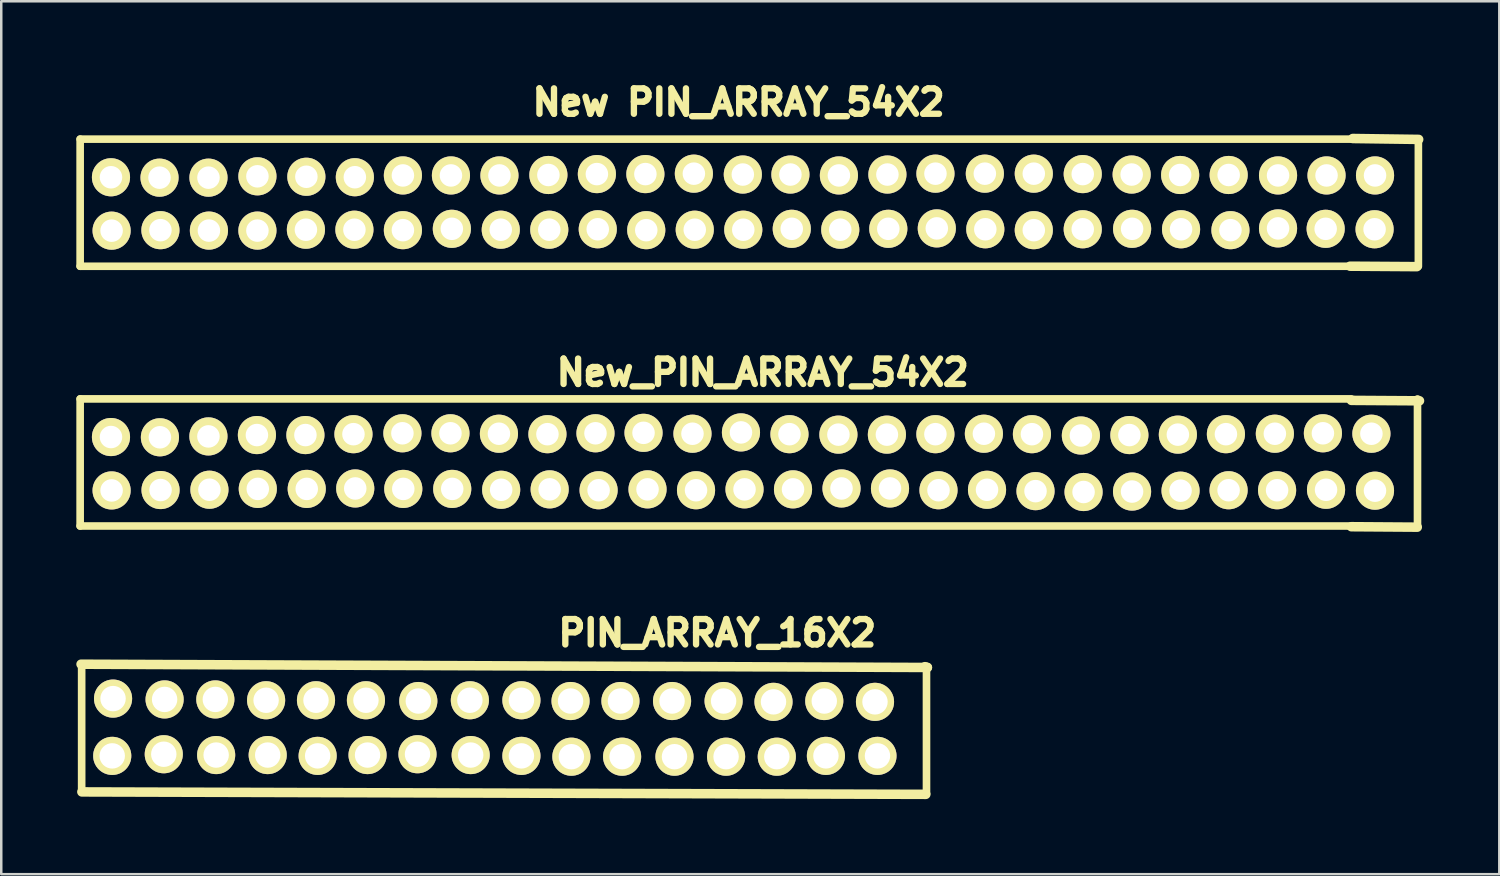
<source format=kicad_pcb>
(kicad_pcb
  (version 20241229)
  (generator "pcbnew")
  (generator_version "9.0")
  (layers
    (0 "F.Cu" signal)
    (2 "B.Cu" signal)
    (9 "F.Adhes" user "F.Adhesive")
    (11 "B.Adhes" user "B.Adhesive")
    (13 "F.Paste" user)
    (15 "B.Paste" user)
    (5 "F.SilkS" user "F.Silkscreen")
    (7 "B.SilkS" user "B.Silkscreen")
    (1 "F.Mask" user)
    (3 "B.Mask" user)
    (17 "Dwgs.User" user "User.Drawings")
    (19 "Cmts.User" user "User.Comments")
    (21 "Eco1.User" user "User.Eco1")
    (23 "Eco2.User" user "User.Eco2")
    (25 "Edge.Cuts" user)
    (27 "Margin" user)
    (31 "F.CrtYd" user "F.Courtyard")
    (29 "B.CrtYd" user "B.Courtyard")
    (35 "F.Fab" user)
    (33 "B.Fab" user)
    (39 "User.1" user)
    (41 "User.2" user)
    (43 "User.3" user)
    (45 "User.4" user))
  (footprint "New_PIN_ARRAY_54X2"
    (layer "F.Cu")
    (at 0.356 16.536)
    (property "Reference" "New_PIN_ARRAY_54X2" (at 27.074 -4.699 0) (layer "F.SilkS") (effects (font (size 1.016 1.016) (thickness 0.274))))
    (attr through_hole)
    (fp_line (start -0.203 -3.645) (end -0.203 1.435) (stroke (width 0.305) (type solid)) (layer "F.SilkS"))
    (fp_line (start 50.597 -3.645) (end -0.203 -3.645) (stroke (width 0.305) (type solid)) (layer "F.SilkS"))
    (fp_line (start 50.597 1.435) (end -0.203 1.435) (stroke (width 0.305) (type solid)) (layer "F.SilkS"))
    (fp_line (start 50.599 -3.586) (end 53.249 -3.569) (stroke (width 0.381) (type solid)) (layer "F.SilkS"))
    (fp_line (start 50.599 1.463) (end 53.231 1.481) (stroke (width 0.381) (type solid)) (layer "F.SilkS"))
    (fp_line (start 53.241 -3.642) (end 53.241 1.438) (stroke (width 0.305) (type solid)) (layer "F.SilkS"))
    (fp_line (start 53.249 -3.569) (end 53.32 -3.569) (stroke (width 0.381) (type solid)) (layer "F.SilkS"))
    (pad "1" thru_hole circle (at 1.054 0.013) (size 1.524 1.524) (drill 0.9) (layers "*.Cu" "*.Mask" "F.SilkS"))
    (pad "2" thru_hole circle (at 1.029 -2.121) (size 1.524 1.524) (drill 0.9) (layers "*.Cu" "*.Mask" "F.SilkS"))
    (pad "3" thru_hole circle (at 3.01 -0.003) (size 1.524 1.524) (drill 0.9) (layers "*.Cu" "*.Mask" "F.SilkS"))
    (pad "4" thru_hole circle (at 2.985 -2.111) (size 1.524 1.524) (drill 0.9) (layers "*.Cu" "*.Mask" "F.SilkS"))
    (pad "5" thru_hole circle (at 4.963 -0.015) (size 1.524 1.524) (drill 0.9) (layers "*.Cu" "*.Mask" "F.SilkS"))
    (pad "6" thru_hole circle (at 4.923 -2.146) (size 1.524 1.524) (drill 0.9) (layers "*.Cu" "*.Mask" "F.SilkS"))
    (pad "7" thru_hole circle (at 6.896 -0.048) (size 1.524 1.524) (drill 0.9) (layers "*.Cu" "*.Mask" "F.SilkS"))
    (pad "8" thru_hole circle (at 6.861 -2.2) (size 1.524 1.524) (drill 0.9) (layers "*.Cu" "*.Mask" "F.SilkS"))
    (pad "9" thru_hole circle (at 8.852 -0.048) (size 1.524 1.524) (drill 0.9) (layers "*.Cu" "*.Mask" "F.SilkS"))
    (pad "10" thru_hole circle (at 8.799 -2.2) (size 1.524 1.524) (drill 0.9) (layers "*.Cu" "*.Mask" "F.SilkS"))
    (pad "11" thru_hole circle (at 10.79 -0.066) (size 1.524 1.524) (drill 0.9) (layers "*.Cu" "*.Mask" "F.SilkS"))
    (pad "12" thru_hole circle (at 10.719 -2.235) (size 1.524 1.524) (drill 0.9) (layers "*.Cu" "*.Mask" "F.SilkS"))
    (pad "13" thru_hole circle (at 12.71 -0.048) (size 1.524 1.524) (drill 0.9) (layers "*.Cu" "*.Mask" "F.SilkS"))
    (pad "14" thru_hole circle (at 12.675 -2.271) (size 1.524 1.524) (drill 0.9) (layers "*.Cu" "*.Mask" "F.SilkS"))
    (pad "15" thru_hole circle (at 14.666 -0.048) (size 1.524 1.524) (drill 0.9) (layers "*.Cu" "*.Mask" "F.SilkS"))
    (pad "16" thru_hole circle (at 14.595 -2.271) (size 1.524 1.524) (drill 0.9) (layers "*.Cu" "*.Mask" "F.SilkS"))
    (pad "17" thru_hole circle (at 16.622 -0.013) (size 1.524 1.524) (drill 0.9) (layers "*.Cu" "*.Mask" "F.SilkS"))
    (pad "18" thru_hole circle (at 16.533 -2.253) (size 1.524 1.524) (drill 0.9) (layers "*.Cu" "*.Mask" "F.SilkS"))
    (pad "19" thru_hole circle (at 18.56 -0.03) (size 1.524 1.524) (drill 0.9) (layers "*.Cu" "*.Mask" "F.SilkS"))
    (pad "20" thru_hole circle (at 18.471 -2.235) (size 1.524 1.524) (drill 0.9) (layers "*.Cu" "*.Mask" "F.SilkS"))
    (pad "21" thru_hole circle (at 20.516 0.005) (size 1.524 1.524) (drill 0.9) (layers "*.Cu" "*.Mask" "F.SilkS"))
    (pad "22" thru_hole circle (at 20.391 -2.271) (size 1.524 1.524) (drill 0.9) (layers "*.Cu" "*.Mask" "F.SilkS"))
    (pad "23" thru_hole circle (at 22.471 -0.03) (size 1.524 1.524) (drill 0.9) (layers "*.Cu" "*.Mask" "F.SilkS"))
    (pad "24" thru_hole circle (at 22.311 -2.289) (size 1.524 1.524) (drill 0.9) (layers "*.Cu" "*.Mask" "F.SilkS"))
    (pad "25" thru_hole circle (at 24.409 0.005) (size 1.524 1.524) (drill 0.9) (layers "*.Cu" "*.Mask" "F.SilkS"))
    (pad "26" thru_hole circle (at 24.267 -2.253) (size 1.524 1.524) (drill 0.9) (layers "*.Cu" "*.Mask" "F.SilkS"))
    (pad "27" thru_hole circle (at 26.347 -0.03) (size 1.524 1.524) (drill 0.9) (layers "*.Cu" "*.Mask" "F.SilkS"))
    (pad "28" thru_hole circle (at 26.205 -2.306) (size 1.524 1.524) (drill 0.9) (layers "*.Cu" "*.Mask" "F.SilkS"))
    (pad "29" thru_hole circle (at 28.285 -0.03) (size 1.524 1.524) (drill 0.9) (layers "*.Cu" "*.Mask" "F.SilkS"))
    (pad "30" thru_hole circle (at 28.143 -2.235) (size 1.524 1.524) (drill 0.9) (layers "*.Cu" "*.Mask" "F.SilkS"))
    (pad "31" thru_hole circle (at 30.223 -0.066) (size 1.524 1.524) (drill 0.9) (layers "*.Cu" "*.Mask" "F.SilkS"))
    (pad "32" thru_hole circle (at 30.099 -2.217) (size 1.524 1.524) (drill 0.9) (layers "*.Cu" "*.Mask" "F.SilkS"))
    (pad "33" thru_hole circle (at 32.161 -0.066) (size 1.524 1.524) (drill 0.9) (layers "*.Cu" "*.Mask" "F.SilkS"))
    (pad "34" thru_hole circle (at 32.037 -2.217) (size 1.524 1.524) (drill 0.9) (layers "*.Cu" "*.Mask" "F.SilkS"))
    (pad "35" thru_hole circle (at 34.099 0.005) (size 1.524 1.524) (drill 0.9) (layers "*.Cu" "*.Mask" "F.SilkS"))
    (pad "36" thru_hole circle (at 33.975 -2.235) (size 1.524 1.524) (drill 0.9) (layers "*.Cu" "*.Mask" "F.SilkS"))
    (pad "37" thru_hole circle (at 36.038 -0.013) (size 1.524 1.524) (drill 0.9) (layers "*.Cu" "*.Mask" "F.SilkS"))
    (pad "38" thru_hole circle (at 35.913 -2.253) (size 1.524 1.524) (drill 0.9) (layers "*.Cu" "*.Mask" "F.SilkS"))
    (pad "39" thru_hole circle (at 37.976 0.041) (size 1.524 1.524) (drill 0.9) (layers "*.Cu" "*.Mask" "F.SilkS"))
    (pad "40" thru_hole circle (at 37.833 -2.235) (size 1.524 1.524) (drill 0.9) (layers "*.Cu" "*.Mask" "F.SilkS"))
    (pad "41" thru_hole circle (at 39.896 0.076) (size 1.524 1.524) (drill 0.9) (layers "*.Cu" "*.Mask" "F.SilkS"))
    (pad "42" thru_hole circle (at 39.789 -2.182) (size 1.524 1.524) (drill 0.9) (layers "*.Cu" "*.Mask" "F.SilkS"))
    (pad "43" thru_hole circle (at 41.834 0.058) (size 1.524 1.524) (drill 0.9) (layers "*.Cu" "*.Mask" "F.SilkS"))
    (pad "44" thru_hole circle (at 41.727 -2.2) (size 1.524 1.524) (drill 0.9) (layers "*.Cu" "*.Mask" "F.SilkS"))
    (pad "45" thru_hole circle (at 43.772 0.023) (size 1.524 1.524) (drill 0.9) (layers "*.Cu" "*.Mask" "F.SilkS"))
    (pad "46" thru_hole circle (at 43.665 -2.217) (size 1.524 1.524) (drill 0.9) (layers "*.Cu" "*.Mask" "F.SilkS"))
    (pad "47" thru_hole circle (at 45.692 0.005) (size 1.524 1.524) (drill 0.9) (layers "*.Cu" "*.Mask" "F.SilkS"))
    (pad "48" thru_hole circle (at 45.585 -2.235) (size 1.524 1.524) (drill 0.9) (layers "*.Cu" "*.Mask" "F.SilkS"))
    (pad "49" thru_hole circle (at 47.63 0.005) (size 1.524 1.524) (drill 0.9) (layers "*.Cu" "*.Mask" "F.SilkS"))
    (pad "50" thru_hole circle (at 47.541 -2.253) (size 1.524 1.524) (drill 0.9) (layers "*.Cu" "*.Mask" "F.SilkS"))
    (pad "51" thru_hole circle (at 49.586 -0.013) (size 1.524 1.524) (drill 0.9) (layers "*.Cu" "*.Mask" "F.SilkS"))
    (pad "52" thru_hole circle (at 49.461 -2.271) (size 1.524 1.524) (drill 0.9) (layers "*.Cu" "*.Mask" "F.SilkS"))
    (pad "53" thru_hole circle (at 51.542 0.023) (size 1.524 1.524) (drill 0.9) (layers "*.Cu" "*.Mask" "F.SilkS"))
    (pad "54" thru_hole circle (at 51.399 -2.253) (size 1.524 1.524) (drill 0.9) (layers "*.Cu" "*.Mask" "F.SilkS")))
  (footprint "New PIN_ARRAY_54X2"
    (layer "F.Cu")
    (at 0.394 6.107)
    (property "Reference" "New PIN_ARRAY_54X2" (at 26.073 -5.067 0) (layer "F.SilkS") (effects (font (size 1.016 1.016) (thickness 0.274))))
    (attr through_hole)
    (fp_line (start -0.241 -3.597) (end -0.241 1.483) (stroke (width 0.305) (type solid)) (layer "F.SilkS"))
    (fp_line (start 50.51 1.481) (end 53.177 1.499) (stroke (width 0.381) (type solid)) (layer "F.SilkS"))
    (fp_line (start 50.559 -3.597) (end -0.241 -3.597) (stroke (width 0.305) (type solid)) (layer "F.SilkS"))
    (fp_line (start 50.559 1.483) (end -0.241 1.483) (stroke (width 0.305) (type solid)) (layer "F.SilkS"))
    (fp_line (start 50.617 -3.622) (end 53.249 -3.586) (stroke (width 0.381) (type solid)) (layer "F.SilkS"))
    (fp_line (start 53.238 -3.594) (end 53.238 1.486) (stroke (width 0.305) (type solid)) (layer "F.SilkS"))
    (pad "1" thru_hole circle (at 1.016 0.061) (size 1.524 1.524) (drill 0.9) (layers "*.Cu" "*.Mask" "F.SilkS"))
    (pad "2" thru_hole circle (at 0.991 -2.073) (size 1.524 1.524) (drill 0.9) (layers "*.Cu" "*.Mask" "F.SilkS"))
    (pad "3" thru_hole circle (at 2.967 0.041) (size 1.524 1.524) (drill 0.9) (layers "*.Cu" "*.Mask" "F.SilkS"))
    (pad "4" thru_hole circle (at 2.931 -2.057) (size 1.524 1.524) (drill 0.9) (layers "*.Cu" "*.Mask" "F.SilkS"))
    (pad "5" thru_hole circle (at 4.905 0.058) (size 1.524 1.524) (drill 0.9) (layers "*.Cu" "*.Mask" "F.SilkS"))
    (pad "6" thru_hole circle (at 4.887 -2.057) (size 1.524 1.524) (drill 0.9) (layers "*.Cu" "*.Mask" "F.SilkS"))
    (pad "7" thru_hole circle (at 6.843 0.058) (size 1.524 1.524) (drill 0.9) (layers "*.Cu" "*.Mask" "F.SilkS"))
    (pad "8" thru_hole circle (at 6.843 -2.111) (size 1.524 1.524) (drill 0.9) (layers "*.Cu" "*.Mask" "F.SilkS"))
    (pad "9" thru_hole circle (at 8.781 0.023) (size 1.524 1.524) (drill 0.9) (layers "*.Cu" "*.Mask" "F.SilkS"))
    (pad "10" thru_hole circle (at 8.799 -2.093) (size 1.524 1.524) (drill 0.9) (layers "*.Cu" "*.Mask" "F.SilkS"))
    (pad "11" thru_hole circle (at 10.719 0.023) (size 1.524 1.524) (drill 0.9) (layers "*.Cu" "*.Mask" "F.SilkS"))
    (pad "12" thru_hole circle (at 10.737 -2.075) (size 1.524 1.524) (drill 0.9) (layers "*.Cu" "*.Mask" "F.SilkS"))
    (pad "13" thru_hole circle (at 12.657 0.041) (size 1.524 1.524) (drill 0.9) (layers "*.Cu" "*.Mask" "F.SilkS"))
    (pad "14" thru_hole circle (at 12.657 -2.146) (size 1.524 1.524) (drill 0.9) (layers "*.Cu" "*.Mask" "F.SilkS"))
    (pad "15" thru_hole circle (at 14.613 -0.013) (size 1.524 1.524) (drill 0.9) (layers "*.Cu" "*.Mask" "F.SilkS"))
    (pad "16" thru_hole circle (at 14.577 -2.146) (size 1.524 1.524) (drill 0.9) (layers "*.Cu" "*.Mask" "F.SilkS"))
    (pad "17" thru_hole circle (at 16.568 0.023) (size 1.524 1.524) (drill 0.9) (layers "*.Cu" "*.Mask" "F.SilkS"))
    (pad "18" thru_hole circle (at 16.515 -2.146) (size 1.524 1.524) (drill 0.9) (layers "*.Cu" "*.Mask" "F.SilkS"))
    (pad "19" thru_hole circle (at 18.506 0.023) (size 1.524 1.524) (drill 0.9) (layers "*.Cu" "*.Mask" "F.SilkS"))
    (pad "20" thru_hole circle (at 18.471 -2.164) (size 1.524 1.524) (drill 0.9) (layers "*.Cu" "*.Mask" "F.SilkS"))
    (pad "21" thru_hole circle (at 20.444 0.005) (size 1.524 1.524) (drill 0.9) (layers "*.Cu" "*.Mask" "F.SilkS"))
    (pad "22" thru_hole circle (at 20.409 -2.2) (size 1.524 1.524) (drill 0.9) (layers "*.Cu" "*.Mask" "F.SilkS"))
    (pad "23" thru_hole circle (at 22.382 0.041) (size 1.524 1.524) (drill 0.9) (layers "*.Cu" "*.Mask" "F.SilkS"))
    (pad "24" thru_hole circle (at 22.347 -2.2) (size 1.524 1.524) (drill 0.9) (layers "*.Cu" "*.Mask" "F.SilkS"))
    (pad "25" thru_hole circle (at 24.32 0.023) (size 1.524 1.524) (drill 0.9) (layers "*.Cu" "*.Mask" "F.SilkS"))
    (pad "26" thru_hole circle (at 24.285 -2.217) (size 1.524 1.524) (drill 0.9) (layers "*.Cu" "*.Mask" "F.SilkS"))
    (pad "27" thru_hole circle (at 26.259 0.023) (size 1.524 1.524) (drill 0.9) (layers "*.Cu" "*.Mask" "F.SilkS"))
    (pad "28" thru_hole circle (at 26.241 -2.182) (size 1.524 1.524) (drill 0.9) (layers "*.Cu" "*.Mask" "F.SilkS"))
    (pad "29" thru_hole circle (at 28.197 -0.013) (size 1.524 1.524) (drill 0.9) (layers "*.Cu" "*.Mask" "F.SilkS"))
    (pad "30" thru_hole circle (at 28.143 -2.182) (size 1.524 1.524) (drill 0.9) (layers "*.Cu" "*.Mask" "F.SilkS"))
    (pad "31" thru_hole circle (at 30.135 0.023) (size 1.524 1.524) (drill 0.9) (layers "*.Cu" "*.Mask" "F.SilkS"))
    (pad "32" thru_hole circle (at 30.081 -2.146) (size 1.524 1.524) (drill 0.9) (layers "*.Cu" "*.Mask" "F.SilkS"))
    (pad "33" thru_hole circle (at 32.055 -0.013) (size 1.524 1.524) (drill 0.9) (layers "*.Cu" "*.Mask" "F.SilkS"))
    (pad "34" thru_hole circle (at 32.019 -2.182) (size 1.524 1.524) (drill 0.9) (layers "*.Cu" "*.Mask" "F.SilkS"))
    (pad "35" thru_hole circle (at 33.993 -0.03) (size 1.524 1.524) (drill 0.9) (layers "*.Cu" "*.Mask" "F.SilkS"))
    (pad "36" thru_hole circle (at 33.939 -2.217) (size 1.524 1.524) (drill 0.9) (layers "*.Cu" "*.Mask" "F.SilkS"))
    (pad "37" thru_hole circle (at 35.931 0.005) (size 1.524 1.524) (drill 0.9) (layers "*.Cu" "*.Mask" "F.SilkS"))
    (pad "38" thru_hole circle (at 35.913 -2.217) (size 1.524 1.524) (drill 0.9) (layers "*.Cu" "*.Mask" "F.SilkS"))
    (pad "39" thru_hole circle (at 37.869 0.041) (size 1.524 1.524) (drill 0.9) (layers "*.Cu" "*.Mask" "F.SilkS"))
    (pad "40" thru_hole circle (at 37.869 -2.217) (size 1.524 1.524) (drill 0.9) (layers "*.Cu" "*.Mask" "F.SilkS"))
    (pad "41" thru_hole circle (at 39.825 0.005) (size 1.524 1.524) (drill 0.9) (layers "*.Cu" "*.Mask" "F.SilkS"))
    (pad "42" thru_hole circle (at 39.825 -2.2) (size 1.524 1.524) (drill 0.9) (layers "*.Cu" "*.Mask" "F.SilkS"))
    (pad "43" thru_hole circle (at 41.798 -0.013) (size 1.524 1.524) (drill 0.9) (layers "*.Cu" "*.Mask" "F.SilkS"))
    (pad "44" thru_hole circle (at 41.78 -2.182) (size 1.524 1.524) (drill 0.9) (layers "*.Cu" "*.Mask" "F.SilkS"))
    (pad "45" thru_hole circle (at 43.754 0.005) (size 1.524 1.524) (drill 0.9) (layers "*.Cu" "*.Mask" "F.SilkS"))
    (pad "46" thru_hole circle (at 43.718 -2.164) (size 1.524 1.524) (drill 0.9) (layers "*.Cu" "*.Mask" "F.SilkS"))
    (pad "47" thru_hole circle (at 45.728 0.041) (size 1.524 1.524) (drill 0.9) (layers "*.Cu" "*.Mask" "F.SilkS"))
    (pad "48" thru_hole circle (at 45.657 -2.164) (size 1.524 1.524) (drill 0.9) (layers "*.Cu" "*.Mask" "F.SilkS"))
    (pad "49" thru_hole circle (at 47.63 -0.03) (size 1.524 1.524) (drill 0.9) (layers "*.Cu" "*.Mask" "F.SilkS"))
    (pad "50" thru_hole circle (at 47.63 -2.146) (size 1.524 1.524) (drill 0.9) (layers "*.Cu" "*.Mask" "F.SilkS"))
    (pad "51" thru_hole circle (at 49.533 -0.013) (size 1.524 1.524) (drill 0.9) (layers "*.Cu" "*.Mask" "F.SilkS"))
    (pad "52" thru_hole circle (at 49.568 -2.146) (size 1.524 1.524) (drill 0.9) (layers "*.Cu" "*.Mask" "F.SilkS"))
    (pad "53" thru_hole circle (at 51.488 0.005) (size 1.524 1.524) (drill 0.9) (layers "*.Cu" "*.Mask" "F.SilkS"))
    (pad "54" thru_hole circle (at 51.506 -2.146) (size 1.524 1.524) (drill 0.9) (layers "*.Cu" "*.Mask" "F.SilkS")))
  (footprint "PIN_ARRAY_16X2"
    (layer "F.Cu")
    (at 25.613 26.057)
    (property "Reference" "PIN_ARRAY_16X2" (at 0 -3.81 0) (layer "F.SilkS") (effects (font (size 1.016 1.016) (thickness 0.274))))
    (attr through_hole)
    (fp_line (start -25.423 -2.563) (end 8.397 -2.433) (stroke (width 0.381) (type solid)) (layer "F.SilkS"))
    (fp_line (start -25.4 -2.54) (end -25.4 2.54) (stroke (width 0.305) (type solid)) (layer "F.SilkS"))
    (fp_line (start -25.39 2.54) (end 8.334 2.637) (stroke (width 0.381) (type solid)) (layer "F.SilkS"))
    (fp_line (start 8.362 -2.474) (end 8.362 2.606) (stroke (width 0.305) (type solid)) (layer "F.SilkS"))
    (fp_line (start 8.397 -2.433) (end 8.301 -2.464) (stroke (width 0.381) (type solid)) (layer "F.SilkS"))
    (pad "1" thru_hole circle (at -24.178 1.1) (size 1.524 1.524) (drill 1.016) (layers "*.Cu" "*.Mask" "F.SilkS"))
    (pad "2" thru_hole circle (at -24.145 -1.189) (size 1.524 1.524) (drill 1.016) (layers "*.Cu" "*.Mask" "F.SilkS"))
    (pad "3" thru_hole circle (at -22.118 1.034) (size 1.524 1.524) (drill 1.016) (layers "*.Cu" "*.Mask" "F.SilkS"))
    (pad "4" thru_hole circle (at -22.085 -1.156) (size 1.524 1.524) (drill 1.016) (layers "*.Cu" "*.Mask" "F.SilkS"))
    (pad "5" thru_hole circle (at -20.025 1.067) (size 1.524 1.524) (drill 1.016) (layers "*.Cu" "*.Mask" "F.SilkS"))
    (pad "6" thru_hole circle (at -20.058 -1.156) (size 1.524 1.524) (drill 1.016) (layers "*.Cu" "*.Mask" "F.SilkS"))
    (pad "7" thru_hole circle (at -17.965 1.067) (size 1.524 1.524) (drill 1.016) (layers "*.Cu" "*.Mask" "F.SilkS"))
    (pad "8" thru_hole circle (at -18.029 -1.123) (size 1.524 1.524) (drill 1.016) (layers "*.Cu" "*.Mask" "F.SilkS"))
    (pad "9" thru_hole circle (at -15.969 1.1) (size 1.524 1.524) (drill 1.016) (layers "*.Cu" "*.Mask" "F.SilkS"))
    (pad "10" thru_hole circle (at -16.035 -1.123) (size 1.524 1.524) (drill 1.016) (layers "*.Cu" "*.Mask" "F.SilkS"))
    (pad "11" thru_hole circle (at -13.975 1.067) (size 1.524 1.524) (drill 1.016) (layers "*.Cu" "*.Mask" "F.SilkS"))
    (pad "12" thru_hole circle (at -14.039 -1.123) (size 1.524 1.524) (drill 1.016) (layers "*.Cu" "*.Mask" "F.SilkS"))
    (pad "13" thru_hole circle (at -11.979 1.034) (size 1.524 1.524) (drill 1.016) (layers "*.Cu" "*.Mask" "F.SilkS"))
    (pad "14" thru_hole circle (at -11.946 -1.092) (size 1.524 1.524) (drill 1.016) (layers "*.Cu" "*.Mask" "F.SilkS"))
    (pad "15" thru_hole circle (at -9.853 1.067) (size 1.524 1.524) (drill 1.016) (layers "*.Cu" "*.Mask" "F.SilkS"))
    (pad "16" thru_hole circle (at -9.886 -1.123) (size 1.524 1.524) (drill 1.016) (layers "*.Cu" "*.Mask" "F.SilkS"))
    (pad "17" thru_hole circle (at -7.826 1.1) (size 1.524 1.524) (drill 1.016) (layers "*.Cu" "*.Mask" "F.SilkS"))
    (pad "18" thru_hole circle (at -7.826 -1.123) (size 1.524 1.524) (drill 1.016) (layers "*.Cu" "*.Mask" "F.SilkS"))
    (pad "19" thru_hole circle (at -5.829 1.133) (size 1.524 1.524) (drill 1.016) (layers "*.Cu" "*.Mask" "F.SilkS"))
    (pad "20" thru_hole circle (at -5.862 -1.092) (size 1.524 1.524) (drill 1.016) (layers "*.Cu" "*.Mask" "F.SilkS"))
    (pad "21" thru_hole circle (at -3.802 1.133) (size 1.524 1.524) (drill 1.016) (layers "*.Cu" "*.Mask" "F.SilkS"))
    (pad "22" thru_hole circle (at -3.868 -1.092) (size 1.524 1.524) (drill 1.016) (layers "*.Cu" "*.Mask" "F.SilkS"))
    (pad "23" thru_hole circle (at -1.709 1.133) (size 1.524 1.524) (drill 1.016) (layers "*.Cu" "*.Mask" "F.SilkS"))
    (pad "24" thru_hole circle (at -1.806 -1.092) (size 1.524 1.524) (drill 1.016) (layers "*.Cu" "*.Mask" "F.SilkS"))
    (pad "25" thru_hole circle (at 0.353 1.133) (size 1.524 1.524) (drill 1.016) (layers "*.Cu" "*.Mask" "F.SilkS"))
    (pad "26" thru_hole circle (at 0.254 -1.092) (size 1.524 1.524) (drill 1.016) (layers "*.Cu" "*.Mask" "F.SilkS"))
    (pad "27" thru_hole circle (at 2.38 1.133) (size 1.524 1.524) (drill 1.016) (layers "*.Cu" "*.Mask" "F.SilkS"))
    (pad "28" thru_hole circle (at 2.248 -1.059) (size 1.524 1.524) (drill 1.016) (layers "*.Cu" "*.Mask" "F.SilkS"))
    (pad "29" thru_hole circle (at 4.343 1.1) (size 1.524 1.524) (drill 1.016) (layers "*.Cu" "*.Mask" "F.SilkS"))
    (pad "30" thru_hole circle (at 4.277 -1.092) (size 1.524 1.524) (drill 1.016) (layers "*.Cu" "*.Mask" "F.SilkS"))
    (pad "31" thru_hole circle (at 6.403 1.1) (size 1.524 1.524) (drill 1.016) (layers "*.Cu" "*.Mask" "F.SilkS"))
    (pad "32" thru_hole circle (at 6.304 -1.059) (size 1.524 1.524) (drill 1.016) (layers "*.Cu" "*.Mask" "F.SilkS")))
  (gr_rect
    (start -3 -3)
    (end 56.866 31.884)
    (stroke (width 0.1) (type default))
    (fill no)
    (layer "Edge.Cuts")))
</source>
